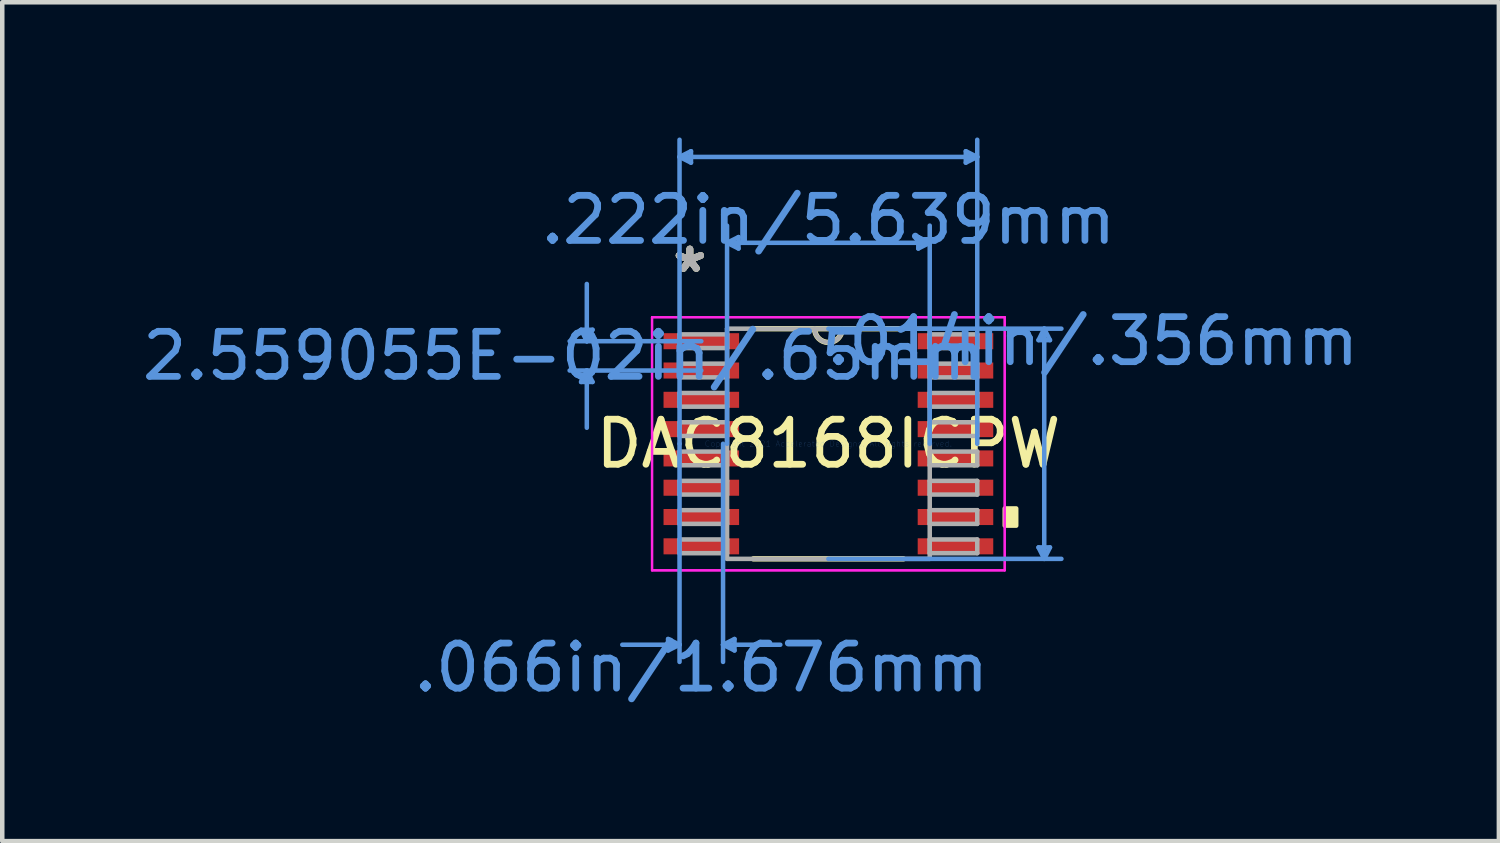
<source format=kicad_pcb>
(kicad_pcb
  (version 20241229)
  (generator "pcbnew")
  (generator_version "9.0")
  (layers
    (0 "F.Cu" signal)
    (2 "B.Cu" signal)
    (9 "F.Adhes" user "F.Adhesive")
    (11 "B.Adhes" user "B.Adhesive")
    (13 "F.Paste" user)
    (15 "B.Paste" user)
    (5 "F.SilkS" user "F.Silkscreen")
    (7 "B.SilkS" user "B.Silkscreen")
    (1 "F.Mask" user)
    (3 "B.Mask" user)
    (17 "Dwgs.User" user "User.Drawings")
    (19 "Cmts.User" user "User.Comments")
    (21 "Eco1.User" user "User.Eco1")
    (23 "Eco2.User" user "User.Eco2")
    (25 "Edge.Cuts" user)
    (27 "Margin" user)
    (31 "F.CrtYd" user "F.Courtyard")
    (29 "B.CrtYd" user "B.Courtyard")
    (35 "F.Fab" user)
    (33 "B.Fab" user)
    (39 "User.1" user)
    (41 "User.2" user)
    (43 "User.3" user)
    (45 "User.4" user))
  (footprint "DAC8168ICPW"
    (layer "F.Cu")
    (at 15.326 6.794)
    (property "Reference" "DAC8168ICPW" (at 0 0 0) (layer "F.SilkS") (effects (font (size 1 1) (thickness 0.15))))
    (attr through_hole)
    (fp_line (start -1.664 2.553) (end 1.664 2.553) (stroke (width 0.12) (type solid)) (layer "F.SilkS"))
    (fp_line (start 1.664 -2.553) (end -1.664 -2.553) (stroke (width 0.12) (type solid)) (layer "F.SilkS"))
    (fp_arc (start 0.3048 -2.5527) (mid 0 -2.2479) (end -0.3048 -2.5527) (stroke (width 0.12) (type solid)) (layer "F.SilkS"))
    (fp_poly (pts (xy 4.166 1.435) (xy 4.166 1.816) (xy 3.912 1.816) (xy 3.912 1.435)) (stroke (width 0.1) (type solid)) (fill yes) (layer "F.SilkS"))
    (fp_line (start -5.486 -2.529) (end -5.232 -2.529) (stroke (width 0.1) (type solid)) (layer "Cmts.User"))
    (fp_line (start -5.486 -1.371) (end -5.232 -1.371) (stroke (width 0.1) (type solid)) (layer "Cmts.User"))
    (fp_line (start -5.359 -2.275) (end -5.486 -2.529) (stroke (width 0.1) (type solid)) (layer "Cmts.User"))
    (fp_line (start -5.359 -2.275) (end -5.359 -3.545) (stroke (width 0.1) (type solid)) (layer "Cmts.User"))
    (fp_line (start -5.359 -2.275) (end -5.232 -2.529) (stroke (width 0.1) (type solid)) (layer "Cmts.User"))
    (fp_line (start -5.359 -1.625) (end -5.486 -1.371) (stroke (width 0.1) (type solid)) (layer "Cmts.User"))
    (fp_line (start -5.359 -1.625) (end -5.359 -0.355) (stroke (width 0.1) (type solid)) (layer "Cmts.User"))
    (fp_line (start -5.359 -1.625) (end -5.232 -1.371) (stroke (width 0.1) (type solid)) (layer "Cmts.User"))
    (fp_line (start -3.556 4.331) (end -3.556 4.585) (stroke (width 0.1) (type solid)) (layer "Cmts.User"))
    (fp_line (start -3.302 -6.363) (end -3.048 -6.49) (stroke (width 0.1) (type solid)) (layer "Cmts.User"))
    (fp_line (start -3.302 -6.363) (end -3.048 -6.236) (stroke (width 0.1) (type solid)) (layer "Cmts.User"))
    (fp_line (start -3.302 -6.363) (end 3.302 -6.363) (stroke (width 0.1) (type solid)) (layer "Cmts.User"))
    (fp_line (start -3.302 0) (end -3.302 -6.744) (stroke (width 0.1) (type solid)) (layer "Cmts.User"))
    (fp_line (start -3.302 0) (end -3.302 4.839) (stroke (width 0.1) (type solid)) (layer "Cmts.User"))
    (fp_line (start -3.302 4.458) (end -4.572 4.458) (stroke (width 0.1) (type solid)) (layer "Cmts.User"))
    (fp_line (start -3.302 4.458) (end -3.556 4.331) (stroke (width 0.1) (type solid)) (layer "Cmts.User"))
    (fp_line (start -3.302 4.458) (end -3.556 4.585) (stroke (width 0.1) (type solid)) (layer "Cmts.User"))
    (fp_line (start -3.048 -6.49) (end -3.048 -6.236) (stroke (width 0.1) (type solid)) (layer "Cmts.User"))
    (fp_line (start -2.819 -2.275) (end -5.74 -2.275) (stroke (width 0.1) (type solid)) (layer "Cmts.User"))
    (fp_line (start -2.819 -1.625) (end -5.74 -1.625) (stroke (width 0.1) (type solid)) (layer "Cmts.User"))
    (fp_line (start -2.337 0) (end -2.337 4.839) (stroke (width 0.1) (type solid)) (layer "Cmts.User"))
    (fp_line (start -2.337 4.458) (end -2.083 4.331) (stroke (width 0.1) (type solid)) (layer "Cmts.User"))
    (fp_line (start -2.337 4.458) (end -2.083 4.585) (stroke (width 0.1) (type solid)) (layer "Cmts.User"))
    (fp_line (start -2.337 4.458) (end -1.067 4.458) (stroke (width 0.1) (type solid)) (layer "Cmts.User"))
    (fp_line (start -2.248 -4.458) (end -1.994 -4.585) (stroke (width 0.1) (type solid)) (layer "Cmts.User"))
    (fp_line (start -2.248 -4.458) (end -1.994 -4.331) (stroke (width 0.1) (type solid)) (layer "Cmts.User"))
    (fp_line (start -2.248 -4.458) (end 2.248 -4.458) (stroke (width 0.1) (type solid)) (layer "Cmts.User"))
    (fp_line (start -2.248 0) (end -2.248 -4.839) (stroke (width 0.1) (type solid)) (layer "Cmts.User"))
    (fp_line (start -2.083 4.331) (end -2.083 4.585) (stroke (width 0.1) (type solid)) (layer "Cmts.User"))
    (fp_line (start -1.994 -4.585) (end -1.994 -4.331) (stroke (width 0.1) (type solid)) (layer "Cmts.User"))
    (fp_line (start 0 -2.553) (end 5.169 -2.553) (stroke (width 0.1) (type solid)) (layer "Cmts.User"))
    (fp_line (start 0 2.553) (end 5.169 2.553) (stroke (width 0.1) (type solid)) (layer "Cmts.User"))
    (fp_line (start 1.994 -4.585) (end 1.994 -4.331) (stroke (width 0.1) (type solid)) (layer "Cmts.User"))
    (fp_line (start 2.248 -4.458) (end 1.994 -4.585) (stroke (width 0.1) (type solid)) (layer "Cmts.User"))
    (fp_line (start 2.248 -4.458) (end 1.994 -4.331) (stroke (width 0.1) (type solid)) (layer "Cmts.User"))
    (fp_line (start 2.248 0) (end 2.248 -4.839) (stroke (width 0.1) (type solid)) (layer "Cmts.User"))
    (fp_line (start 3.048 -6.49) (end 3.048 -6.236) (stroke (width 0.1) (type solid)) (layer "Cmts.User"))
    (fp_line (start 3.302 -6.363) (end 3.048 -6.49) (stroke (width 0.1) (type solid)) (layer "Cmts.User"))
    (fp_line (start 3.302 -6.363) (end 3.048 -6.236) (stroke (width 0.1) (type solid)) (layer "Cmts.User"))
    (fp_line (start 3.302 0) (end 3.302 -6.744) (stroke (width 0.1) (type solid)) (layer "Cmts.User"))
    (fp_line (start 4.661 -2.299) (end 4.915 -2.299) (stroke (width 0.1) (type solid)) (layer "Cmts.User"))
    (fp_line (start 4.661 2.299) (end 4.915 2.299) (stroke (width 0.1) (type solid)) (layer "Cmts.User"))
    (fp_line (start 4.788 -2.553) (end 4.661 -2.299) (stroke (width 0.1) (type solid)) (layer "Cmts.User"))
    (fp_line (start 4.788 -2.553) (end 4.788 2.553) (stroke (width 0.1) (type solid)) (layer "Cmts.User"))
    (fp_line (start 4.788 -2.553) (end 4.915 -2.299) (stroke (width 0.1) (type solid)) (layer "Cmts.User"))
    (fp_line (start 4.788 2.553) (end 4.661 2.299) (stroke (width 0.1) (type solid)) (layer "Cmts.User"))
    (fp_line (start 4.788 2.553) (end 4.915 2.299) (stroke (width 0.1) (type solid)) (layer "Cmts.User"))
    (fp_line (start -3.912 -2.807) (end 3.912 -2.807) (stroke (width 0.05) (type solid)) (layer "F.CrtYd"))
    (fp_line (start -3.912 -2.807) (end 3.912 -2.807) (stroke (width 0.05) (type solid)) (layer "F.CrtYd"))
    (fp_line (start -3.912 2.807) (end -3.912 -2.807) (stroke (width 0.05) (type solid)) (layer "F.CrtYd"))
    (fp_line (start -3.912 2.807) (end -3.912 -2.807) (stroke (width 0.05) (type solid)) (layer "F.CrtYd"))
    (fp_line (start 3.912 -2.807) (end 3.912 2.807) (stroke (width 0.05) (type solid)) (layer "F.CrtYd"))
    (fp_line (start 3.912 -2.807) (end 3.912 2.807) (stroke (width 0.05) (type solid)) (layer "F.CrtYd"))
    (fp_line (start 3.912 2.807) (end -3.912 2.807) (stroke (width 0.05) (type solid)) (layer "F.CrtYd"))
    (fp_line (start 3.912 2.807) (end -3.912 2.807) (stroke (width 0.05) (type solid)) (layer "F.CrtYd"))
    (fp_line (start -3.302 -2.427) (end -3.302 -2.123) (stroke (width 0.1) (type solid)) (layer "F.Fab"))
    (fp_line (start -3.302 -2.123) (end -2.248 -2.123) (stroke (width 0.1) (type solid)) (layer "F.Fab"))
    (fp_line (start -3.302 -1.777) (end -3.302 -1.473) (stroke (width 0.1) (type solid)) (layer "F.Fab"))
    (fp_line (start -3.302 -1.473) (end -2.248 -1.473) (stroke (width 0.1) (type solid)) (layer "F.Fab"))
    (fp_line (start -3.302 -1.127) (end -3.302 -0.823) (stroke (width 0.1) (type solid)) (layer "F.Fab"))
    (fp_line (start -3.302 -0.823) (end -2.248 -0.823) (stroke (width 0.1) (type solid)) (layer "F.Fab"))
    (fp_line (start -3.302 -0.477) (end -3.302 -0.173) (stroke (width 0.1) (type solid)) (layer "F.Fab"))
    (fp_line (start -3.302 -0.173) (end -2.248 -0.173) (stroke (width 0.1) (type solid)) (layer "F.Fab"))
    (fp_line (start -3.302 0.173) (end -3.302 0.477) (stroke (width 0.1) (type solid)) (layer "F.Fab"))
    (fp_line (start -3.302 0.477) (end -2.248 0.477) (stroke (width 0.1) (type solid)) (layer "F.Fab"))
    (fp_line (start -3.302 0.823) (end -3.302 1.127) (stroke (width 0.1) (type solid)) (layer "F.Fab"))
    (fp_line (start -3.302 1.127) (end -2.248 1.127) (stroke (width 0.1) (type solid)) (layer "F.Fab"))
    (fp_line (start -3.302 1.473) (end -3.302 1.777) (stroke (width 0.1) (type solid)) (layer "F.Fab"))
    (fp_line (start -3.302 1.777) (end -2.248 1.777) (stroke (width 0.1) (type solid)) (layer "F.Fab"))
    (fp_line (start -3.302 2.123) (end -3.302 2.427) (stroke (width 0.1) (type solid)) (layer "F.Fab"))
    (fp_line (start -3.302 2.427) (end -2.248 2.427) (stroke (width 0.1) (type solid)) (layer "F.Fab"))
    (fp_line (start -2.248 -2.553) (end -2.248 2.553) (stroke (width 0.1) (type solid)) (layer "F.Fab"))
    (fp_line (start -2.248 -2.427) (end -3.302 -2.427) (stroke (width 0.1) (type solid)) (layer "F.Fab"))
    (fp_line (start -2.248 -2.123) (end -2.248 -2.427) (stroke (width 0.1) (type solid)) (layer "F.Fab"))
    (fp_line (start -2.248 -1.777) (end -3.302 -1.777) (stroke (width 0.1) (type solid)) (layer "F.Fab"))
    (fp_line (start -2.248 -1.473) (end -2.248 -1.777) (stroke (width 0.1) (type solid)) (layer "F.Fab"))
    (fp_line (start -2.248 -1.127) (end -3.302 -1.127) (stroke (width 0.1) (type solid)) (layer "F.Fab"))
    (fp_line (start -2.248 -0.823) (end -2.248 -1.127) (stroke (width 0.1) (type solid)) (layer "F.Fab"))
    (fp_line (start -2.248 -0.477) (end -3.302 -0.477) (stroke (width 0.1) (type solid)) (layer "F.Fab"))
    (fp_line (start -2.248 -0.173) (end -2.248 -0.477) (stroke (width 0.1) (type solid)) (layer "F.Fab"))
    (fp_line (start -2.248 0.173) (end -3.302 0.173) (stroke (width 0.1) (type solid)) (layer "F.Fab"))
    (fp_line (start -2.248 0.477) (end -2.248 0.173) (stroke (width 0.1) (type solid)) (layer "F.Fab"))
    (fp_line (start -2.248 0.823) (end -3.302 0.823) (stroke (width 0.1) (type solid)) (layer "F.Fab"))
    (fp_line (start -2.248 1.127) (end -2.248 0.823) (stroke (width 0.1) (type solid)) (layer "F.Fab"))
    (fp_line (start -2.248 1.473) (end -3.302 1.473) (stroke (width 0.1) (type solid)) (layer "F.Fab"))
    (fp_line (start -2.248 1.777) (end -2.248 1.473) (stroke (width 0.1) (type solid)) (layer "F.Fab"))
    (fp_line (start -2.248 2.123) (end -3.302 2.123) (stroke (width 0.1) (type solid)) (layer "F.Fab"))
    (fp_line (start -2.248 2.427) (end -2.248 2.123) (stroke (width 0.1) (type solid)) (layer "F.Fab"))
    (fp_line (start -2.248 2.553) (end 2.248 2.553) (stroke (width 0.1) (type solid)) (layer "F.Fab"))
    (fp_line (start 2.248 -2.553) (end -2.248 -2.553) (stroke (width 0.1) (type solid)) (layer "F.Fab"))
    (fp_line (start 2.248 -2.427) (end 2.248 -2.123) (stroke (width 0.1) (type solid)) (layer "F.Fab"))
    (fp_line (start 2.248 -2.123) (end 3.302 -2.123) (stroke (width 0.1) (type solid)) (layer "F.Fab"))
    (fp_line (start 2.248 -1.777) (end 2.248 -1.473) (stroke (width 0.1) (type solid)) (layer "F.Fab"))
    (fp_line (start 2.248 -1.473) (end 3.302 -1.473) (stroke (width 0.1) (type solid)) (layer "F.Fab"))
    (fp_line (start 2.248 -1.127) (end 2.248 -0.823) (stroke (width 0.1) (type solid)) (layer "F.Fab"))
    (fp_line (start 2.248 -0.823) (end 3.302 -0.823) (stroke (width 0.1) (type solid)) (layer "F.Fab"))
    (fp_line (start 2.248 -0.477) (end 2.248 -0.173) (stroke (width 0.1) (type solid)) (layer "F.Fab"))
    (fp_line (start 2.248 -0.173) (end 3.302 -0.173) (stroke (width 0.1) (type solid)) (layer "F.Fab"))
    (fp_line (start 2.248 0.173) (end 2.248 0.477) (stroke (width 0.1) (type solid)) (layer "F.Fab"))
    (fp_line (start 2.248 0.477) (end 3.302 0.477) (stroke (width 0.1) (type solid)) (layer "F.Fab"))
    (fp_line (start 2.248 0.823) (end 2.248 1.127) (stroke (width 0.1) (type solid)) (layer "F.Fab"))
    (fp_line (start 2.248 1.127) (end 3.302 1.127) (stroke (width 0.1) (type solid)) (layer "F.Fab"))
    (fp_line (start 2.248 1.473) (end 2.248 1.777) (stroke (width 0.1) (type solid)) (layer "F.Fab"))
    (fp_line (start 2.248 1.777) (end 3.302 1.777) (stroke (width 0.1) (type solid)) (layer "F.Fab"))
    (fp_line (start 2.248 2.123) (end 2.248 2.427) (stroke (width 0.1) (type solid)) (layer "F.Fab"))
    (fp_line (start 2.248 2.427) (end 3.302 2.427) (stroke (width 0.1) (type solid)) (layer "F.Fab"))
    (fp_line (start 2.248 2.553) (end 2.248 -2.553) (stroke (width 0.1) (type solid)) (layer "F.Fab"))
    (fp_line (start 3.302 -2.427) (end 2.248 -2.427) (stroke (width 0.1) (type solid)) (layer "F.Fab"))
    (fp_line (start 3.302 -2.123) (end 3.302 -2.427) (stroke (width 0.1) (type solid)) (layer "F.Fab"))
    (fp_line (start 3.302 -1.777) (end 2.248 -1.777) (stroke (width 0.1) (type solid)) (layer "F.Fab"))
    (fp_line (start 3.302 -1.473) (end 3.302 -1.777) (stroke (width 0.1) (type solid)) (layer "F.Fab"))
    (fp_line (start 3.302 -1.127) (end 2.248 -1.127) (stroke (width 0.1) (type solid)) (layer "F.Fab"))
    (fp_line (start 3.302 -0.823) (end 3.302 -1.127) (stroke (width 0.1) (type solid)) (layer "F.Fab"))
    (fp_line (start 3.302 -0.477) (end 2.248 -0.477) (stroke (width 0.1) (type solid)) (layer "F.Fab"))
    (fp_line (start 3.302 -0.173) (end 3.302 -0.477) (stroke (width 0.1) (type solid)) (layer "F.Fab"))
    (fp_line (start 3.302 0.173) (end 2.248 0.173) (stroke (width 0.1) (type solid)) (layer "F.Fab"))
    (fp_line (start 3.302 0.477) (end 3.302 0.173) (stroke (width 0.1) (type solid)) (layer "F.Fab"))
    (fp_line (start 3.302 0.823) (end 2.248 0.823) (stroke (width 0.1) (type solid)) (layer "F.Fab"))
    (fp_line (start 3.302 1.127) (end 3.302 0.823) (stroke (width 0.1) (type solid)) (layer "F.Fab"))
    (fp_line (start 3.302 1.473) (end 2.248 1.473) (stroke (width 0.1) (type solid)) (layer "F.Fab"))
    (fp_line (start 3.302 1.777) (end 3.302 1.473) (stroke (width 0.1) (type solid)) (layer "F.Fab"))
    (fp_line (start 3.302 2.123) (end 2.248 2.123) (stroke (width 0.1) (type solid)) (layer "F.Fab"))
    (fp_line (start 3.302 2.427) (end 3.302 2.123) (stroke (width 0.1) (type solid)) (layer "F.Fab"))
    (fp_arc (start 0.3048 -2.5527) (mid 0 -2.2479) (end -0.3048 -2.5527) (stroke (width 0.1) (type solid)) (layer "F.Fab"))
    (fp_text user "*" (at -3.073 -3.774 0) (layer "F.SilkS") (effects (font (size 1 1) (thickness 0.15))))
    (fp_text user "*" (at -3.073 -3.774 0) (layer "F.SilkS") (effects (font (size 1 1) (thickness 0.15))))
    (fp_text user "2.559055E-02in/.65mm" (at -5.867 -1.95 0) (layer "Cmts.User") (effects (font (size 1 1) (thickness 0.15))))
    (fp_text user ".222in/5.639mm" (at 0 -4.966 0) (layer "Cmts.User") (effects (font (size 1 1) (thickness 0.15))))
    (fp_text user "Copyright 2021 Accelerated Designs. All rights reserved." (at 0 0 0) (layer "Cmts.User") (effects (font (size 0.127 0.127) (thickness 0.002))))
    (fp_text user ".014in/.356mm" (at 5.867 -2.275 0) (layer "Cmts.User") (effects (font (size 1 1) (thickness 0.15))))
    (fp_text user ".066in/1.676mm" (at -2.819 4.966 0) (layer "Cmts.User") (effects (font (size 1 1) (thickness 0.15))))
    (fp_text user "*" (at -3.073 -3.774 0) (layer "F.Fab") (effects (font (size 1 1) (thickness 0.15))))
    (fp_text user "*" (at -3.073 -3.774 0) (layer "F.Fab") (effects (font (size 1 1) (thickness 0.15))))
    (pad "1" smd rect (at -2.819 -2.275) (size 1.676 0.356) (layers "F.Cu" "F.Mask" "F.Paste"))
    (pad "2" smd rect (at -2.819 -1.625) (size 1.676 0.356) (layers "F.Cu" "F.Mask" "F.Paste"))
    (pad "3" smd rect (at -2.819 -0.975) (size 1.676 0.356) (layers "F.Cu" "F.Mask" "F.Paste"))
    (pad "4" smd rect (at -2.819 -0.325) (size 1.676 0.356) (layers "F.Cu" "F.Mask" "F.Paste"))
    (pad "5" smd rect (at -2.819 0.325) (size 1.676 0.356) (layers "F.Cu" "F.Mask" "F.Paste"))
    (pad "6" smd rect (at -2.819 0.975) (size 1.676 0.356) (layers "F.Cu" "F.Mask" "F.Paste"))
    (pad "7" smd rect (at -2.819 1.625) (size 1.676 0.356) (layers "F.Cu" "F.Mask" "F.Paste"))
    (pad "8" smd rect (at -2.819 2.275) (size 1.676 0.356) (layers "F.Cu" "F.Mask" "F.Paste"))
    (pad "9" smd rect (at 2.819 2.275) (size 1.676 0.356) (layers "F.Cu" "F.Mask" "F.Paste"))
    (pad "10" smd rect (at 2.819 1.625) (size 1.676 0.356) (layers "F.Cu" "F.Mask" "F.Paste"))
    (pad "11" smd rect (at 2.819 0.975) (size 1.676 0.356) (layers "F.Cu" "F.Mask" "F.Paste"))
    (pad "12" smd rect (at 2.819 0.325) (size 1.676 0.356) (layers "F.Cu" "F.Mask" "F.Paste"))
    (pad "13" smd rect (at 2.819 -0.325) (size 1.676 0.356) (layers "F.Cu" "F.Mask" "F.Paste"))
    (pad "14" smd rect (at 2.819 -0.975) (size 1.676 0.356) (layers "F.Cu" "F.Mask" "F.Paste"))
    (pad "15" smd rect (at 2.819 -1.625) (size 1.676 0.356) (layers "F.Cu" "F.Mask" "F.Paste"))
    (pad "16" smd rect (at 2.819 -2.275) (size 1.676 0.356) (layers "F.Cu" "F.Mask" "F.Paste")))
  (gr_rect
    (start -3 -3)
    (end 30.199 15.608)
    (stroke (width 0.1) (type default))
    (fill no)
    (layer "Edge.Cuts")))
</source>
